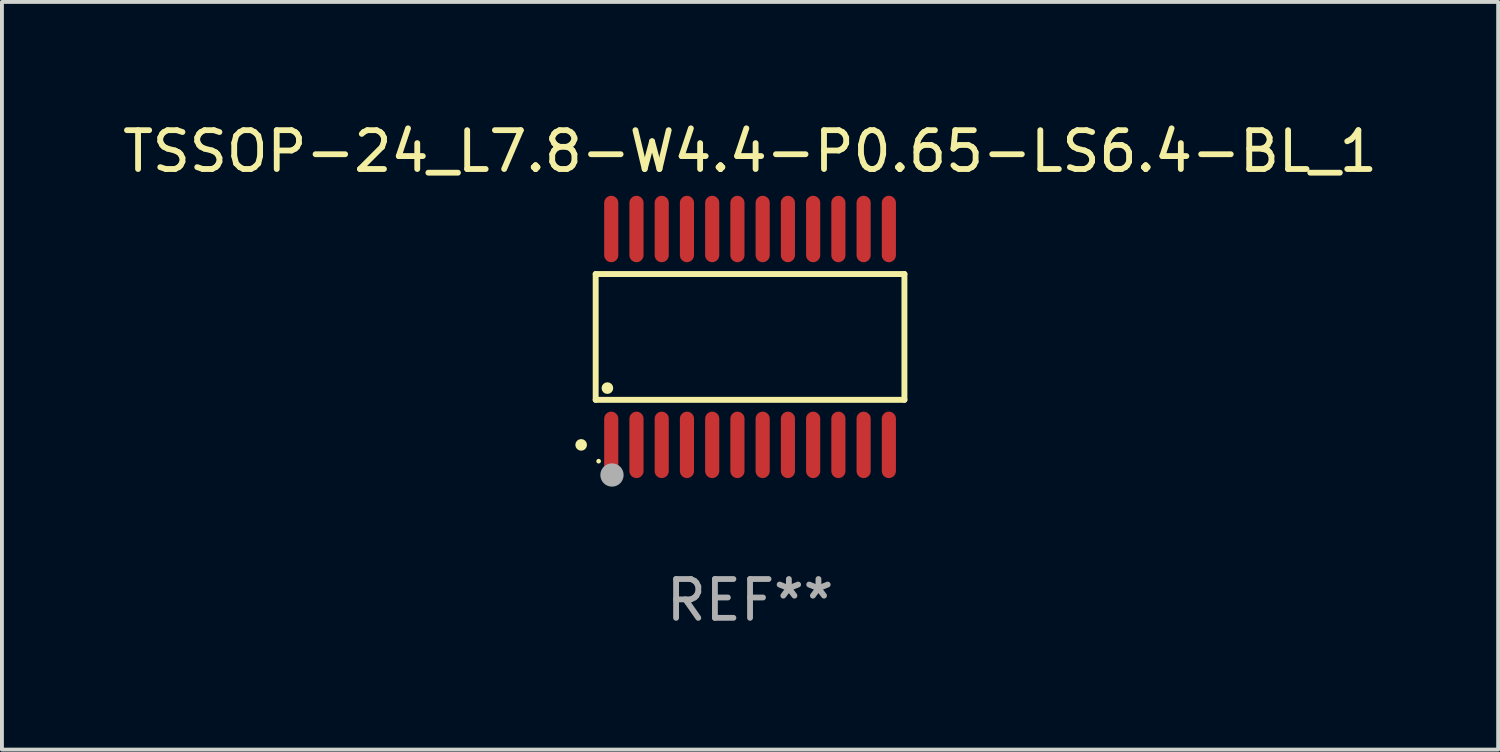
<source format=kicad_pcb>
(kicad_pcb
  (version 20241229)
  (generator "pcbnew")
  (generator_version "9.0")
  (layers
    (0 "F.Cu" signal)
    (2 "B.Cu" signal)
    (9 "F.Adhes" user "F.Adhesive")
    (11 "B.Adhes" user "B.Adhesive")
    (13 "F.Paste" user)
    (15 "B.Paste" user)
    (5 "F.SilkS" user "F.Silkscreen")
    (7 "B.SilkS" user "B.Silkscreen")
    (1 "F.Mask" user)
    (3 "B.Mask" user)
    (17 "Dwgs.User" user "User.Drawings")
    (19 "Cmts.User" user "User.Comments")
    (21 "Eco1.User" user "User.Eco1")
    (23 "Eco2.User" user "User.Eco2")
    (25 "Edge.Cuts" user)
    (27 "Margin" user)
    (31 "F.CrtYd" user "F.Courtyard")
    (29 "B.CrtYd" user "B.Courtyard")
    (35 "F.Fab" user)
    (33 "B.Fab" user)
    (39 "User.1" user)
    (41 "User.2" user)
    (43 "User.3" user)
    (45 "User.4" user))
  (footprint "TSSOP-24_L7.8-W4.4-P0.65-LS6.4-BL_1"
    (layer "F.Cu")
    (at 16.268 5.628)
    (property "Reference" "TSSOP-24_L7.8-W4.4-P0.65-LS6.4-BL_1" (at 0 -4.78 0) (layer "F.SilkS") (effects (font (size 1 1) (thickness 0.15))))
    (attr through_hole)
    (fp_line (start -3.976 -1.62) (end 3.976 -1.62) (stroke (width 0.152) (type solid)) (layer "F.SilkS"))
    (fp_line (start -3.976 1.62) (end -3.976 -1.62) (stroke (width 0.152) (type solid)) (layer "F.SilkS"))
    (fp_line (start 3.976 -1.62) (end 3.976 1.62) (stroke (width 0.152) (type solid)) (layer "F.SilkS"))
    (fp_line (start 3.976 1.62) (end -3.976 1.62) (stroke (width 0.152) (type solid)) (layer "F.SilkS"))
    (fp_circle (center -4.35 2.78) (end -4.275 2.78) (stroke (width 0.15) (type solid)) (fill no) (layer "F.SilkS"))
    (fp_circle (center -3.9 3.2) (end -3.87 3.2) (stroke (width 0.06) (type solid)) (fill no) (layer "F.SilkS"))
    (fp_circle (center -3.674 1.318) (end -3.599 1.318) (stroke (width 0.15) (type solid)) (fill no) (layer "F.SilkS"))
    (fp_circle (center -3.556 3.556) (end -3.406 3.556) (stroke (width 0.3) (type solid)) (fill no) (layer "F.Fab"))
    (fp_text user "REF**" (at 0 6.78 0) (layer "F.Fab") (effects (font (size 1 1) (thickness 0.15))))
    (pad "1" smd oval (at -3.575 2.78) (size 0.364 1.71) (layers "F.Cu" "F.Mask" "F.Paste"))
    (pad "2" smd oval (at -2.925 2.78) (size 0.364 1.71) (layers "F.Cu" "F.Mask" "F.Paste"))
    (pad "3" smd oval (at -2.275 2.78) (size 0.364 1.71) (layers "F.Cu" "F.Mask" "F.Paste"))
    (pad "4" smd oval (at -1.625 2.78) (size 0.364 1.71) (layers "F.Cu" "F.Mask" "F.Paste"))
    (pad "5" smd oval (at -0.975 2.78) (size 0.364 1.71) (layers "F.Cu" "F.Mask" "F.Paste"))
    (pad "6" smd oval (at -0.325 2.78) (size 0.364 1.71) (layers "F.Cu" "F.Mask" "F.Paste"))
    (pad "7" smd oval (at 0.325 2.78) (size 0.364 1.71) (layers "F.Cu" "F.Mask" "F.Paste"))
    (pad "8" smd oval (at 0.975 2.78) (size 0.364 1.71) (layers "F.Cu" "F.Mask" "F.Paste"))
    (pad "9" smd oval (at 1.625 2.78) (size 0.364 1.71) (layers "F.Cu" "F.Mask" "F.Paste"))
    (pad "10" smd oval (at 2.275 2.78) (size 0.364 1.71) (layers "F.Cu" "F.Mask" "F.Paste"))
    (pad "11" smd oval (at 2.925 2.78) (size 0.364 1.71) (layers "F.Cu" "F.Mask" "F.Paste"))
    (pad "12" smd oval (at 3.575 2.78) (size 0.364 1.71) (layers "F.Cu" "F.Mask" "F.Paste"))
    (pad "13" smd oval (at 3.575 -2.78) (size 0.364 1.71) (layers "F.Cu" "F.Mask" "F.Paste"))
    (pad "14" smd oval (at 2.925 -2.78) (size 0.364 1.71) (layers "F.Cu" "F.Mask" "F.Paste"))
    (pad "15" smd oval (at 2.275 -2.78) (size 0.364 1.71) (layers "F.Cu" "F.Mask" "F.Paste"))
    (pad "16" smd oval (at 1.625 -2.78) (size 0.364 1.71) (layers "F.Cu" "F.Mask" "F.Paste"))
    (pad "17" smd oval (at 0.975 -2.78) (size 0.364 1.71) (layers "F.Cu" "F.Mask" "F.Paste"))
    (pad "18" smd oval (at 0.325 -2.78) (size 0.364 1.71) (layers "F.Cu" "F.Mask" "F.Paste"))
    (pad "19" smd oval (at -0.325 -2.78) (size 0.364 1.71) (layers "F.Cu" "F.Mask" "F.Paste"))
    (pad "20" smd oval (at -0.975 -2.78) (size 0.364 1.71) (layers "F.Cu" "F.Mask" "F.Paste"))
    (pad "21" smd oval (at -1.625 -2.78) (size 0.364 1.71) (layers "F.Cu" "F.Mask" "F.Paste"))
    (pad "22" smd oval (at -2.275 -2.78) (size 0.364 1.71) (layers "F.Cu" "F.Mask" "F.Paste"))
    (pad "23" smd oval (at -2.925 -2.78) (size 0.364 1.71) (layers "F.Cu" "F.Mask" "F.Paste"))
    (pad "24" smd oval (at -3.575 -2.78) (size 0.364 1.71) (layers "F.Cu" "F.Mask" "F.Paste")))
  (gr_rect
    (start -3 -3)
    (end 35.536 16.257)
    (stroke (width 0.1) (type default))
    (fill no)
    (layer "Edge.Cuts")))
</source>
